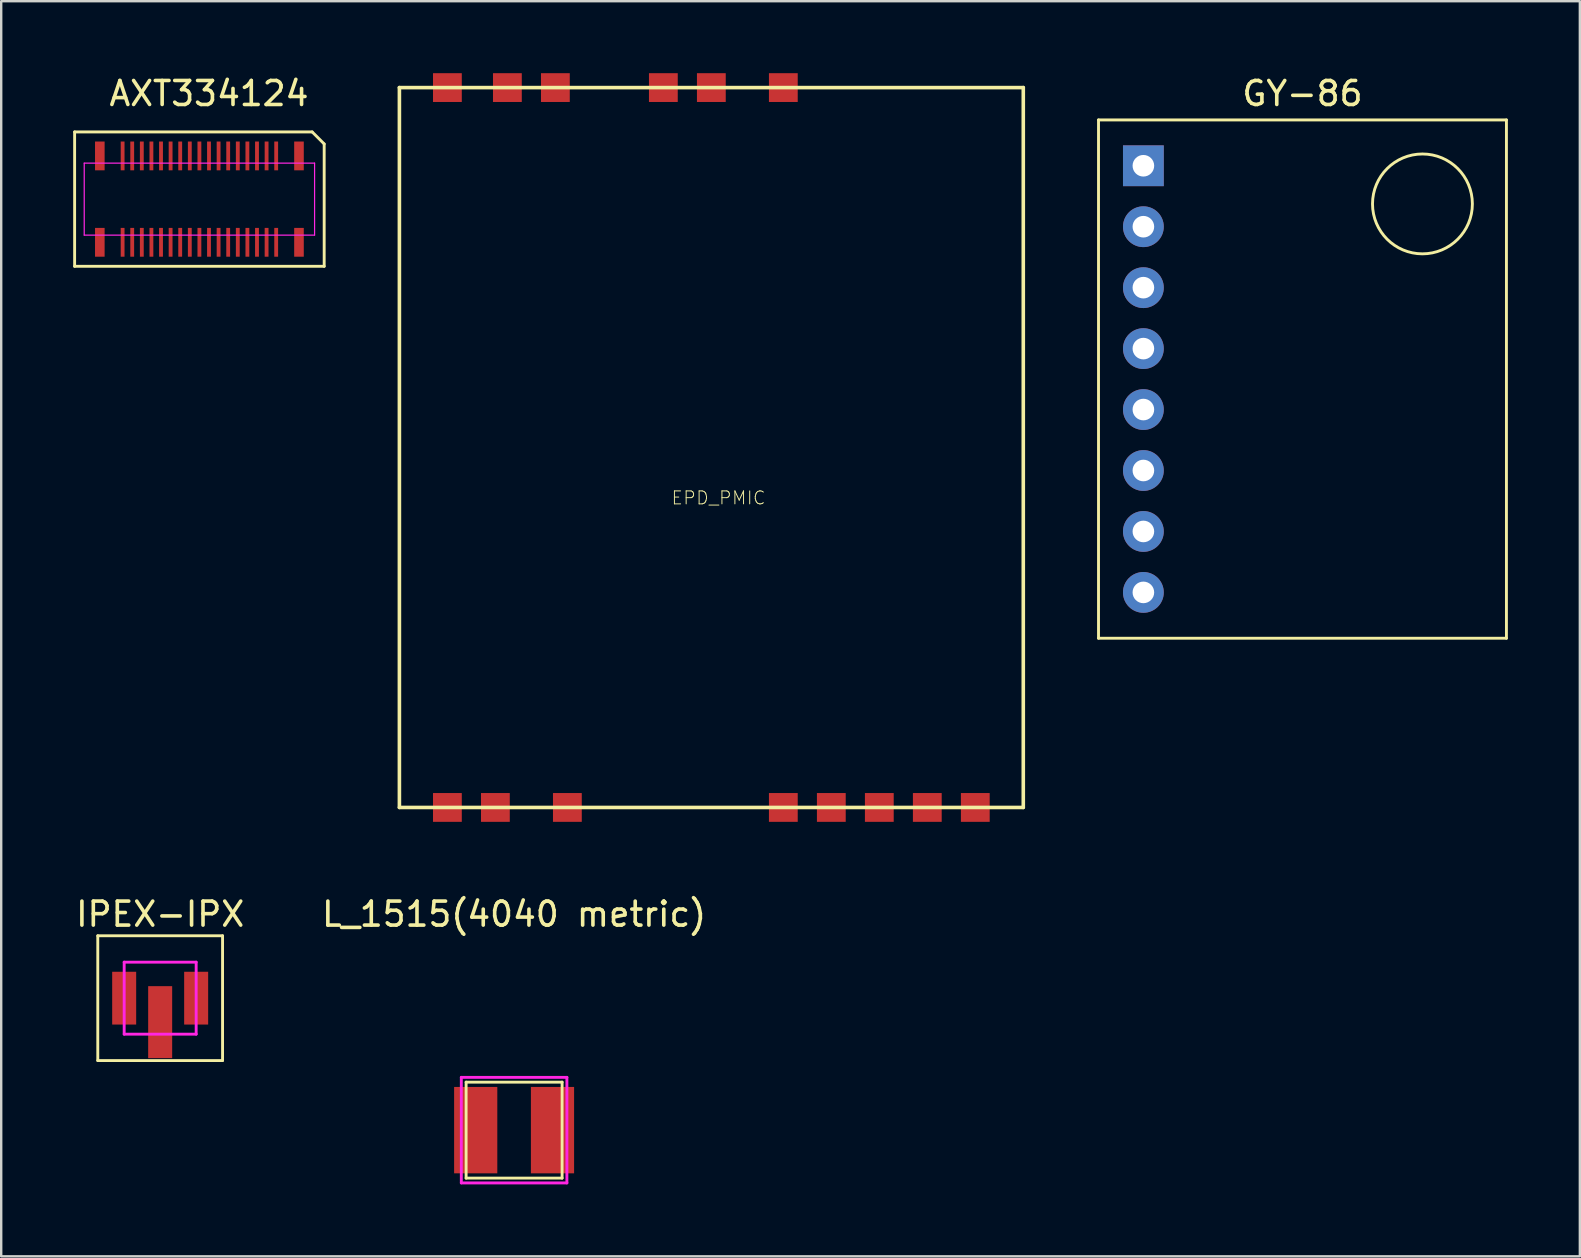
<source format=kicad_pcb>
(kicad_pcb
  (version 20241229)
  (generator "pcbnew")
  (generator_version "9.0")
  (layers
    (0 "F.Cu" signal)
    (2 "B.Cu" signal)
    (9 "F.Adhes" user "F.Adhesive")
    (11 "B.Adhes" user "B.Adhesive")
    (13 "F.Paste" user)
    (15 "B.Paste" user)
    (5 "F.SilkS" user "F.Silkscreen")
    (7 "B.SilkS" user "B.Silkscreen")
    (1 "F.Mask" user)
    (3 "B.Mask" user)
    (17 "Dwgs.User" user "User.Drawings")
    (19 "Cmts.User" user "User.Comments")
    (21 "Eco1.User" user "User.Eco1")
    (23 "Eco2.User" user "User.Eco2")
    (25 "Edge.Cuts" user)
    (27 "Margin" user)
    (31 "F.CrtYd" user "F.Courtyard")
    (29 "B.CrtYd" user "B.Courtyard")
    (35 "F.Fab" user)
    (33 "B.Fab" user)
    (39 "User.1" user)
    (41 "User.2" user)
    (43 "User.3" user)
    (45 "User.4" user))
  (footprint "AXT334124"
    (layer "F.Cu")
    (at 5.26 5.248)
    (property "Reference" "AXT334124" (at 0.4 -4.4 180) (layer "F.SilkS") (effects (font (size 1 1) (thickness 0.15))))
    (attr smd)
    (fp_line (start -5.2 -2.8) (end -5.2 2.8) (stroke (width 0.12) (type solid)) (layer "F.SilkS"))
    (fp_line (start -5.2 2.8) (end 5.2 2.8) (stroke (width 0.12) (type solid)) (layer "F.SilkS"))
    (fp_line (start 4.7 -2.8) (end -5.2 -2.8) (stroke (width 0.12) (type solid)) (layer "F.SilkS"))
    (fp_line (start 4.7 -2.8) (end 5.2 -2.3) (stroke (width 0.12) (type solid)) (layer "F.SilkS"))
    (fp_line (start 5.2 2.8) (end 5.2 -2.3) (stroke (width 0.12) (type solid)) (layer "F.SilkS"))
    (fp_line (start -4.8 -1.5) (end -4.8 1.5) (stroke (width 0.05) (type solid)) (layer "F.CrtYd"))
    (fp_line (start -4.8 1.5) (end 4.8 1.5) (stroke (width 0.05) (type solid)) (layer "F.CrtYd"))
    (fp_line (start 4.8 -1.5) (end -4.8 -1.5) (stroke (width 0.05) (type solid)) (layer "F.CrtYd"))
    (fp_line (start 4.8 1.5) (end 4.8 -1.5) (stroke (width 0.05) (type solid)) (layer "F.CrtYd"))
    (pad "1" smd rect (at 3.2 -1.8) (size 0.16 1.2) (layers "F.Cu" "F.Mask" "F.Paste"))
    (pad "2" smd rect (at 3.2 1.8) (size 0.16 1.2) (layers "F.Cu" "F.Mask" "F.Paste"))
    (pad "3" smd rect (at 2.8 -1.8) (size 0.16 1.2) (layers "F.Cu" "F.Mask" "F.Paste"))
    (pad "4" smd rect (at 2.8 1.8) (size 0.16 1.2) (layers "F.Cu" "F.Mask" "F.Paste"))
    (pad "5" smd rect (at 2.4 -1.8) (size 0.16 1.2) (layers "F.Cu" "F.Mask" "F.Paste"))
    (pad "6" smd rect (at 2.4 1.8) (size 0.16 1.2) (layers "F.Cu" "F.Mask" "F.Paste"))
    (pad "7" smd rect (at 2 -1.8) (size 0.16 1.2) (layers "F.Cu" "F.Mask" "F.Paste"))
    (pad "8" smd rect (at 2 1.8) (size 0.16 1.2) (layers "F.Cu" "F.Mask" "F.Paste"))
    (pad "9" smd rect (at 1.6 -1.8) (size 0.16 1.2) (layers "F.Cu" "F.Mask" "F.Paste"))
    (pad "10" smd rect (at 1.6 1.8) (size 0.16 1.2) (layers "F.Cu" "F.Mask" "F.Paste"))
    (pad "11" smd rect (at 1.2 -1.8) (size 0.16 1.2) (layers "F.Cu" "F.Mask" "F.Paste"))
    (pad "12" smd rect (at 1.2 1.8) (size 0.16 1.2) (layers "F.Cu" "F.Mask" "F.Paste"))
    (pad "13" smd rect (at 0.8 -1.8) (size 0.16 1.2) (layers "F.Cu" "F.Mask" "F.Paste"))
    (pad "14" smd rect (at 0.8 1.8) (size 0.16 1.2) (layers "F.Cu" "F.Mask" "F.Paste"))
    (pad "15" smd rect (at 0.4 -1.8) (size 0.16 1.2) (layers "F.Cu" "F.Mask" "F.Paste"))
    (pad "16" smd rect (at 0.4 1.8) (size 0.16 1.2) (layers "F.Cu" "F.Mask" "F.Paste"))
    (pad "17" smd rect (at 0 -1.8) (size 0.16 1.2) (layers "F.Cu" "F.Mask" "F.Paste"))
    (pad "18" smd rect (at 0 1.8) (size 0.16 1.2) (layers "F.Cu" "F.Mask" "F.Paste"))
    (pad "19" smd rect (at -0.4 -1.8) (size 0.16 1.2) (layers "F.Cu" "F.Mask" "F.Paste"))
    (pad "20" smd rect (at -0.4 1.8) (size 0.16 1.2) (layers "F.Cu" "F.Mask" "F.Paste"))
    (pad "21" smd rect (at -0.8 -1.8) (size 0.16 1.2) (layers "F.Cu" "F.Mask" "F.Paste"))
    (pad "22" smd rect (at -0.8 1.8) (size 0.16 1.2) (layers "F.Cu" "F.Mask" "F.Paste"))
    (pad "23" smd rect (at -1.2 -1.8) (size 0.16 1.2) (layers "F.Cu" "F.Mask" "F.Paste"))
    (pad "24" smd rect (at -1.2 1.8) (size 0.16 1.2) (layers "F.Cu" "F.Mask" "F.Paste"))
    (pad "25" smd rect (at -1.6 -1.8) (size 0.16 1.2) (layers "F.Cu" "F.Mask" "F.Paste"))
    (pad "26" smd rect (at -1.6 1.8) (size 0.16 1.2) (layers "F.Cu" "F.Mask" "F.Paste"))
    (pad "27" smd rect (at -2 -1.8) (size 0.16 1.2) (layers "F.Cu" "F.Mask" "F.Paste"))
    (pad "28" smd rect (at -2 1.8) (size 0.16 1.2) (layers "F.Cu" "F.Mask" "F.Paste"))
    (pad "29" smd rect (at -2.4 -1.8) (size 0.16 1.2) (layers "F.Cu" "F.Mask" "F.Paste"))
    (pad "30" smd rect (at -2.4 1.8) (size 0.16 1.2) (layers "F.Cu" "F.Mask" "F.Paste"))
    (pad "31" smd rect (at -2.8 -1.8) (size 0.16 1.2) (layers "F.Cu" "F.Mask" "F.Paste"))
    (pad "32" smd rect (at -2.8 1.8) (size 0.16 1.2) (layers "F.Cu" "F.Mask" "F.Paste"))
    (pad "33" smd rect (at -3.2 -1.8) (size 0.16 1.2) (layers "F.Cu" "F.Mask" "F.Paste"))
    (pad "34" smd rect (at -3.2 1.8) (size 0.16 1.2) (layers "F.Cu" "F.Mask" "F.Paste"))
    (pad "35" smd rect (at 4.15 -1.8) (size 0.4 1.2) (layers "F.Cu" "F.Mask" "F.Paste"))
    (pad "36" smd rect (at 4.15 1.8) (size 0.4 1.2) (layers "F.Cu" "F.Mask" "F.Paste"))
    (pad "37" smd rect (at -4.15 -1.8) (size 0.4 1.2) (layers "F.Cu" "F.Mask" "F.Paste"))
    (pad "38" smd rect (at -4.15 1.8) (size 0.4 1.2) (layers "F.Cu" "F.Mask" "F.Paste")))
  (footprint "EPD_PMIC"
    (layer "F.Cu")
    (at 26.595 15.6)
    (property "Reference" "EPD_PMIC" (at 0.3 2.1 0) (layer "F.SilkS") (effects (font (size 0.54 0.54) (thickness 0.04))))
    (attr through_hole)
    (fp_line (start -13 -15) (end 13 -15) (stroke (width 0.15) (type solid)) (layer "F.SilkS"))
    (fp_line (start -13 15) (end -13 -15) (stroke (width 0.15) (type solid)) (layer "F.SilkS"))
    (fp_line (start 13 -15) (end 13 15) (stroke (width 0.15) (type solid)) (layer "F.SilkS"))
    (fp_line (start 13 15) (end -13 15) (stroke (width 0.15) (type solid)) (layer "F.SilkS"))
    (pad "1" smd rect (at -11 15) (size 1.2 1.2) (layers "F.Cu" "F.Mask" "F.Paste"))
    (pad "2" smd rect (at -9 15) (size 1.2 1.2) (layers "F.Cu" "F.Mask" "F.Paste"))
    (pad "3" smd rect (at -6 15) (size 1.2 1.2) (layers "F.Cu" "F.Mask" "F.Paste"))
    (pad "4" smd rect (at -11 -15) (size 1.2 1.2) (layers "F.Cu" "F.Mask" "F.Paste"))
    (pad "5" smd rect (at -2 -15) (size 1.2 1.2) (layers "F.Cu" "F.Mask" "F.Paste"))
    (pad "6" smd rect (at 0 -15) (size 1.2 1.2) (layers "F.Cu" "F.Mask" "F.Paste"))
    (pad "7" smd rect (at -6.5 -15) (size 1.2 1.2) (layers "F.Cu" "F.Mask" "F.Paste"))
    (pad "8" smd rect (at -8.5 -15) (size 1.2 1.2) (layers "F.Cu" "F.Mask" "F.Paste"))
    (pad "9" smd rect (at 3 -15) (size 1.2 1.2) (layers "F.Cu" "F.Mask" "F.Paste"))
    (pad "10" smd rect (at 7 15) (size 1.2 1.2) (layers "F.Cu" "F.Mask" "F.Paste"))
    (pad "11" smd rect (at 9 15) (size 1.2 1.2) (layers "F.Cu" "F.Mask" "F.Paste"))
    (pad "12" smd rect (at 11 15) (size 1.2 1.2) (layers "F.Cu" "F.Mask" "F.Paste"))
    (pad "13" smd rect (at 3 15) (size 1.2 1.2) (layers "F.Cu" "F.Mask" "F.Paste"))
    (pad "14" smd rect (at 5 15) (size 1.2 1.2) (layers "F.Cu" "F.Mask" "F.Paste")))
  (footprint "GY-86"
    (layer "F.Cu")
    (at 51.23 12.748)
    (property "Reference" "GY-86" (at 0 -11.9 0) (layer "F.SilkS") (effects (font (size 1 1) (thickness 0.15))))
    (attr through_hole)
    (fp_line (start -8.5 -10.8) (end -8.5 10.8) (stroke (width 0.12) (type solid)) (layer "F.SilkS"))
    (fp_line (start -8.5 10.8) (end 8.5 10.8) (stroke (width 0.12) (type solid)) (layer "F.SilkS"))
    (fp_line (start 8.5 -10.8) (end -8.5 -10.8) (stroke (width 0.12) (type solid)) (layer "F.SilkS"))
    (fp_line (start 8.5 10.8) (end 8.5 -10.8) (stroke (width 0.12) (type solid)) (layer "F.SilkS"))
    (fp_circle (center 5 -7.3) (end 6.7 -6.1) (stroke (width 0.12) (type solid)) (fill no) (layer "F.SilkS"))
    (pad "1" thru_hole rect (at -6.63 -8.89) (size 1.7 1.7) (drill 0.9) (layers "*.Cu" "*.Mask"))
    (pad "2" thru_hole circle (at -6.63 -6.35) (size 1.7 1.7) (drill 0.9) (layers "*.Cu" "*.Mask"))
    (pad "3" thru_hole circle (at -6.63 -3.81) (size 1.7 1.7) (drill 0.9) (layers "*.Cu" "*.Mask"))
    (pad "4" thru_hole circle (at -6.63 -1.27) (size 1.7 1.7) (drill 0.9) (layers "*.Cu" "*.Mask"))
    (pad "5" thru_hole circle (at -6.63 1.27) (size 1.7 1.7) (drill 0.9) (layers "*.Cu" "*.Mask"))
    (pad "6" thru_hole circle (at -6.63 3.81) (size 1.7 1.7) (drill 0.9) (layers "*.Cu" "*.Mask"))
    (pad "7" thru_hole circle (at -6.63 6.35) (size 1.7 1.7) (drill 0.9) (layers "*.Cu" "*.Mask"))
    (pad "8" thru_hole circle (at -6.63 8.89) (size 1.7 1.7) (drill 0.9) (layers "*.Cu" "*.Mask")))
  (footprint "IPEX-IPX"
    (layer "F.Cu")
    (at 3.625 38.548)
    (property "Reference" "IPEX-IPX" (at 0 -3.5 0) (layer "F.SilkS") (effects (font (size 1 1) (thickness 0.15))))
    (attr through_hole)
    (fp_line (start -2.6 -2.6) (end 2.6 -2.6) (stroke (width 0.12) (type solid)) (layer "F.SilkS"))
    (fp_line (start -2.6 2.6) (end -2.6 -2.6) (stroke (width 0.12) (type solid)) (layer "F.SilkS"))
    (fp_line (start 2.6 -2.6) (end 2.6 2.6) (stroke (width 0.12) (type solid)) (layer "F.SilkS"))
    (fp_line (start 2.6 2.6) (end -2.6 2.6) (stroke (width 0.12) (type solid)) (layer "F.SilkS"))
    (fp_line (start -1.5 -1.5) (end 1.5 -1.5) (stroke (width 0.12) (type solid)) (layer "F.CrtYd"))
    (fp_line (start -1.5 1.5) (end -1.5 -1.5) (stroke (width 0.12) (type solid)) (layer "F.CrtYd"))
    (fp_line (start 1.5 -1.5) (end 1.5 1.5) (stroke (width 0.12) (type solid)) (layer "F.CrtYd"))
    (fp_line (start 1.5 1.5) (end -1.5 1.5) (stroke (width 0.12) (type solid)) (layer "F.CrtYd"))
    (pad "1" smd rect (at 0 1) (size 1 3) (layers "F.Cu" "F.Mask" "F.Paste"))
    (pad "2" smd rect (at 1.5 0) (size 1 2.2) (layers "F.Cu" "F.Mask" "F.Paste"))
    (pad "3" smd rect (at -1.5 0) (size 1 2.2) (layers "F.Cu" "F.Mask" "F.Paste")))
  (footprint "L_1515(4040 metric)"
    (layer "F.Cu")
    (at 18.375 44.048)
    (property "Reference" "L_1515(4040 metric)" (at 0 -9 0) (layer "F.SilkS") (effects (font (size 1 1) (thickness 0.15))))
    (attr through_hole)
    (fp_line (start -2 -2) (end 2 -2) (stroke (width 0.12) (type solid)) (layer "F.SilkS"))
    (fp_line (start -2 2) (end -2 -2) (stroke (width 0.12) (type solid)) (layer "F.SilkS"))
    (fp_line (start 2 -2) (end 2 2) (stroke (width 0.12) (type solid)) (layer "F.SilkS"))
    (fp_line (start 2 2) (end -2 2) (stroke (width 0.12) (type solid)) (layer "F.SilkS"))
    (fp_line (start -2.2 -2.2) (end 2.2 -2.2) (stroke (width 0.12) (type solid)) (layer "F.CrtYd"))
    (fp_line (start -2.2 2.2) (end -2.2 -2.2) (stroke (width 0.12) (type solid)) (layer "F.CrtYd"))
    (fp_line (start 2.2 -2.2) (end 2.2 2.2) (stroke (width 0.12) (type solid)) (layer "F.CrtYd"))
    (fp_line (start 2.2 2.2) (end -2.2 2.2) (stroke (width 0.12) (type solid)) (layer "F.CrtYd"))
    (pad "1" smd rect (at 1.6 0) (size 1.8 3.6) (layers "F.Cu" "F.Mask" "F.Paste"))
    (pad "2" smd rect (at -1.6 0) (size 1.8 3.6) (layers "F.Cu" "F.Mask" "F.Paste")))
  (gr_rect
    (start -3 -3)
    (end 62.79 49.308)
    (stroke (width 0.1) (type default))
    (fill no)
    (layer "Edge.Cuts")))
</source>
